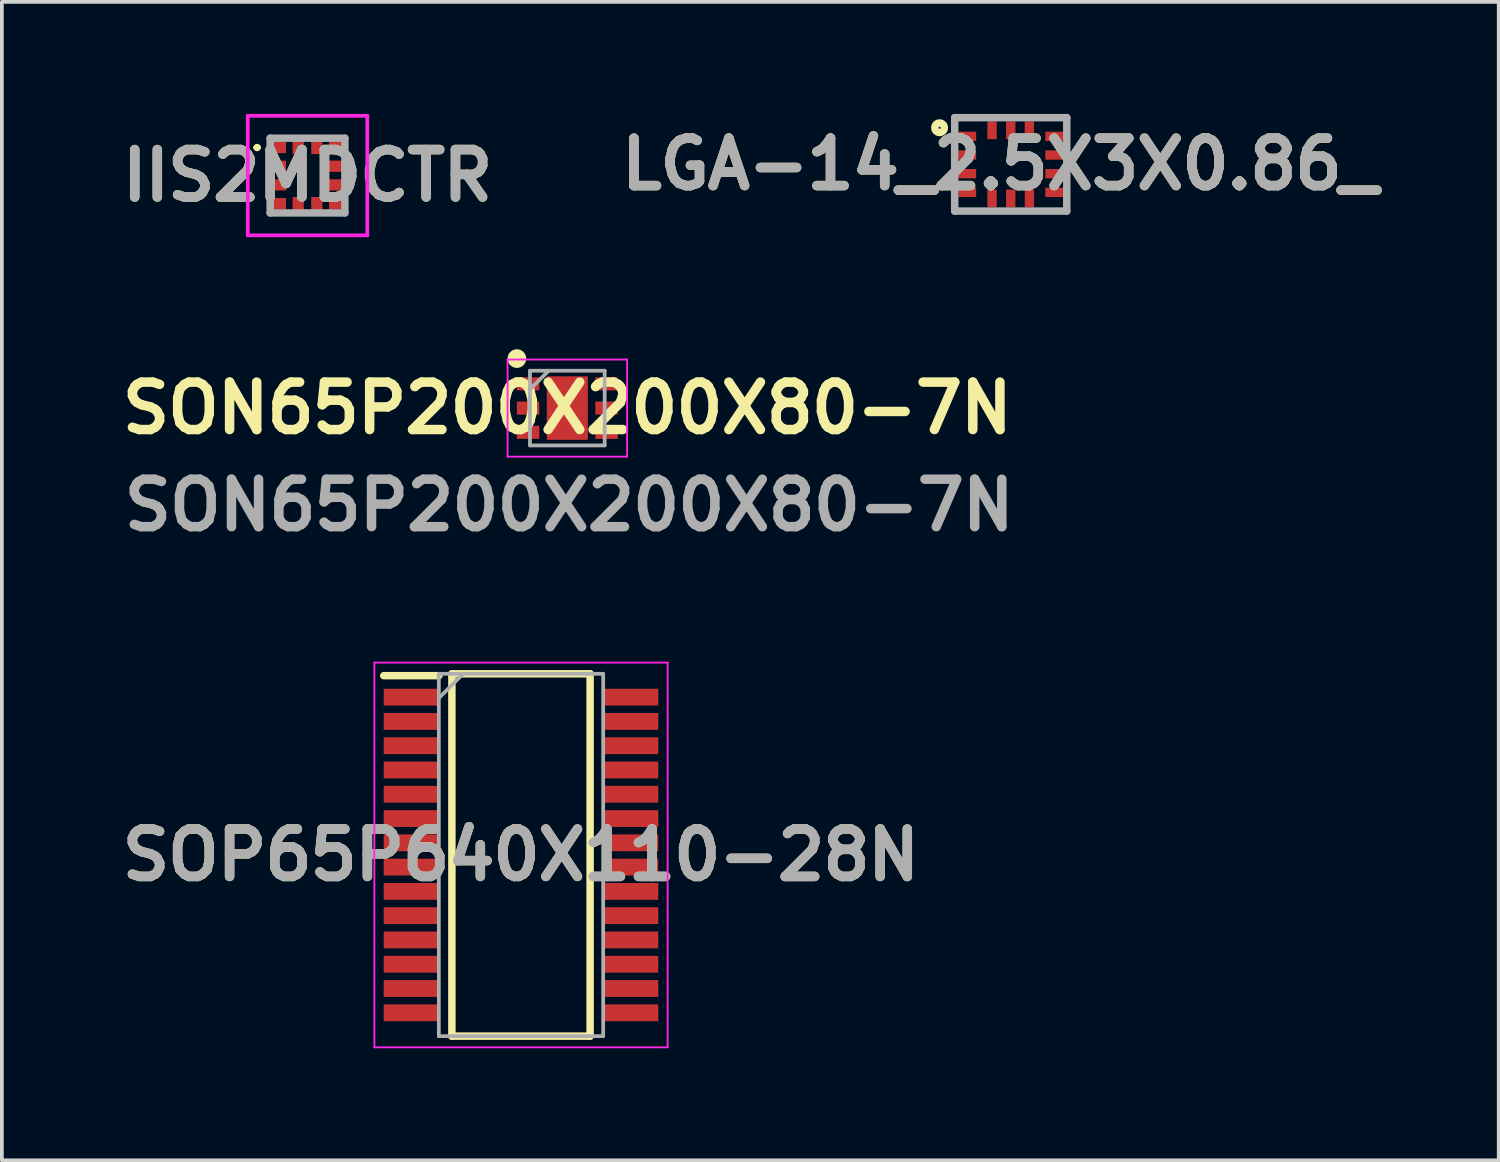
<source format=kicad_pcb>
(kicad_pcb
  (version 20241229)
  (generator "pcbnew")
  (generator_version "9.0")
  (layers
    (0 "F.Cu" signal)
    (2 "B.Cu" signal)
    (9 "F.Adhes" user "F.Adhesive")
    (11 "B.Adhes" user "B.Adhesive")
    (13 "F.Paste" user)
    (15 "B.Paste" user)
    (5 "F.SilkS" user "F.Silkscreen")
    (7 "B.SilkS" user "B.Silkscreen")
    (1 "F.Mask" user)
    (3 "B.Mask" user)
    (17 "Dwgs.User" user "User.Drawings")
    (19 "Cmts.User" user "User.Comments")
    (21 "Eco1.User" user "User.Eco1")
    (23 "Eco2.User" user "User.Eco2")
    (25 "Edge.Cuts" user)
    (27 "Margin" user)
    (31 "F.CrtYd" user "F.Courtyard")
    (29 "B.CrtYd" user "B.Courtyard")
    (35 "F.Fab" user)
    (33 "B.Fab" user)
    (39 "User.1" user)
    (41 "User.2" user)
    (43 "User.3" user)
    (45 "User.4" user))
  (footprint "SON65P200X200X80-7N"
    (layer "F.Cu")
    (at 12.138 7.875)
    (property "Reference" "SON65P200X200X80-7N" (at 0 0 0) (layer "F.SilkS") (effects (font (size 1.27 1.27) (thickness 0.254))))
    (attr smd)
    (fp_circle (center -1.35 -1.325) (end -1.35 -1.2) (stroke (width 0.25) (type solid)) (fill no) (layer "F.SilkS"))
    (fp_line (start -1.6 -1.3) (end 1.6 -1.3) (stroke (width 0.05) (type solid)) (layer "F.CrtYd"))
    (fp_line (start -1.6 1.3) (end -1.6 -1.3) (stroke (width 0.05) (type solid)) (layer "F.CrtYd"))
    (fp_line (start 1.6 -1.3) (end 1.6 1.3) (stroke (width 0.05) (type solid)) (layer "F.CrtYd"))
    (fp_line (start 1.6 1.3) (end -1.6 1.3) (stroke (width 0.05) (type solid)) (layer "F.CrtYd"))
    (fp_line (start -1 -1) (end 1 -1) (stroke (width 0.1) (type solid)) (layer "F.Fab"))
    (fp_line (start -1 -0.5) (end -0.5 -1) (stroke (width 0.1) (type solid)) (layer "F.Fab"))
    (fp_line (start -1 1) (end -1 -1) (stroke (width 0.1) (type solid)) (layer "F.Fab"))
    (fp_line (start 1 -1) (end 1 1) (stroke (width 0.1) (type solid)) (layer "F.Fab"))
    (fp_line (start 1 1) (end -1 1) (stroke (width 0.1) (type solid)) (layer "F.Fab"))
    (fp_text user "${REFERENCE}" (at 0.05 2.6 0) (layer "F.Fab") (effects (font (size 1.27 1.27) (thickness 0.254))))
    (pad "1" smd rect (at -1.05 -0.65 90) (size 0.35 0.6) (layers "F.Cu" "F.Mask" "F.Paste"))
    (pad "2" smd rect (at -1.05 0 90) (size 0.35 0.6) (layers "F.Cu" "F.Mask" "F.Paste"))
    (pad "3" smd rect (at -1.05 0.65 90) (size 0.35 0.6) (layers "F.Cu" "F.Mask" "F.Paste"))
    (pad "4" smd rect (at 1.05 0.65 90) (size 0.35 0.6) (layers "F.Cu" "F.Mask" "F.Paste"))
    (pad "5" smd rect (at 1.05 0 90) (size 0.35 0.6) (layers "F.Cu" "F.Mask" "F.Paste"))
    (pad "6" smd rect (at 1.05 -0.65 90) (size 0.35 0.6) (layers "F.Cu" "F.Mask" "F.Paste"))
    (pad "7" smd rect (at 0 0) (size 1.1 1.7) (layers "F.Cu" "F.Mask" "F.Paste")))
  (footprint "SOP65P640X110-28N"
    (layer "F.Cu")
    (at 10.898 19.839)
    (property "Reference" "SOP65P640X110-28N" (at 0 0 0) (layer "F.SilkS") (effects (font (size 1.27 1.27) (thickness 0.254))))
    (attr smd)
    (fp_line (start -3.675 -4.8) (end -2.2 -4.8) (stroke (width 0.2) (type solid)) (layer "F.SilkS"))
    (fp_line (start -1.85 -4.85) (end 1.85 -4.85) (stroke (width 0.2) (type solid)) (layer "F.SilkS"))
    (fp_line (start -1.85 4.85) (end -1.85 -4.85) (stroke (width 0.2) (type solid)) (layer "F.SilkS"))
    (fp_line (start 1.85 -4.85) (end 1.85 4.85) (stroke (width 0.2) (type solid)) (layer "F.SilkS"))
    (fp_line (start 1.85 4.85) (end -1.85 4.85) (stroke (width 0.2) (type solid)) (layer "F.SilkS"))
    (fp_line (start -3.925 -5.15) (end 3.925 -5.15) (stroke (width 0.05) (type solid)) (layer "F.CrtYd"))
    (fp_line (start -3.925 5.15) (end -3.925 -5.15) (stroke (width 0.05) (type solid)) (layer "F.CrtYd"))
    (fp_line (start 3.925 -5.15) (end 3.925 5.15) (stroke (width 0.05) (type solid)) (layer "F.CrtYd"))
    (fp_line (start 3.925 5.15) (end -3.925 5.15) (stroke (width 0.05) (type solid)) (layer "F.CrtYd"))
    (fp_line (start -2.2 -4.85) (end 2.2 -4.85) (stroke (width 0.1) (type solid)) (layer "F.Fab"))
    (fp_line (start -2.2 -4.2) (end -1.55 -4.85) (stroke (width 0.1) (type solid)) (layer "F.Fab"))
    (fp_line (start -2.2 4.85) (end -2.2 -4.85) (stroke (width 0.1) (type solid)) (layer "F.Fab"))
    (fp_line (start 2.2 -4.85) (end 2.2 4.85) (stroke (width 0.1) (type solid)) (layer "F.Fab"))
    (fp_line (start 2.2 4.85) (end -2.2 4.85) (stroke (width 0.1) (type solid)) (layer "F.Fab"))
    (fp_text user "${REFERENCE}" (at 0 0 0) (layer "F.Fab") (effects (font (size 1.27 1.27) (thickness 0.254))))
    (pad "1" smd rect (at -2.938 -4.225 90) (size 0.45 1.475) (layers "F.Cu" "F.Mask" "F.Paste"))
    (pad "2" smd rect (at -2.938 -3.575 90) (size 0.45 1.475) (layers "F.Cu" "F.Mask" "F.Paste"))
    (pad "3" smd rect (at -2.938 -2.925 90) (size 0.45 1.475) (layers "F.Cu" "F.Mask" "F.Paste"))
    (pad "4" smd rect (at -2.938 -2.275 90) (size 0.45 1.475) (layers "F.Cu" "F.Mask" "F.Paste"))
    (pad "5" smd rect (at -2.938 -1.625 90) (size 0.45 1.475) (layers "F.Cu" "F.Mask" "F.Paste"))
    (pad "6" smd rect (at -2.938 -0.975 90) (size 0.45 1.475) (layers "F.Cu" "F.Mask" "F.Paste"))
    (pad "7" smd rect (at -2.938 -0.325 90) (size 0.45 1.475) (layers "F.Cu" "F.Mask" "F.Paste"))
    (pad "8" smd rect (at -2.938 0.325 90) (size 0.45 1.475) (layers "F.Cu" "F.Mask" "F.Paste"))
    (pad "9" smd rect (at -2.938 0.975 90) (size 0.45 1.475) (layers "F.Cu" "F.Mask" "F.Paste"))
    (pad "10" smd rect (at -2.938 1.625 90) (size 0.45 1.475) (layers "F.Cu" "F.Mask" "F.Paste"))
    (pad "11" smd rect (at -2.938 2.275 90) (size 0.45 1.475) (layers "F.Cu" "F.Mask" "F.Paste"))
    (pad "12" smd rect (at -2.938 2.925 90) (size 0.45 1.475) (layers "F.Cu" "F.Mask" "F.Paste"))
    (pad "13" smd rect (at -2.938 3.575 90) (size 0.45 1.475) (layers "F.Cu" "F.Mask" "F.Paste"))
    (pad "14" smd rect (at -2.938 4.225 90) (size 0.45 1.475) (layers "F.Cu" "F.Mask" "F.Paste"))
    (pad "15" smd rect (at 2.938 4.225 90) (size 0.45 1.475) (layers "F.Cu" "F.Mask" "F.Paste"))
    (pad "16" smd rect (at 2.938 3.575 90) (size 0.45 1.475) (layers "F.Cu" "F.Mask" "F.Paste"))
    (pad "17" smd rect (at 2.938 2.925 90) (size 0.45 1.475) (layers "F.Cu" "F.Mask" "F.Paste"))
    (pad "18" smd rect (at 2.938 2.275 90) (size 0.45 1.475) (layers "F.Cu" "F.Mask" "F.Paste"))
    (pad "19" smd rect (at 2.938 1.625 90) (size 0.45 1.475) (layers "F.Cu" "F.Mask" "F.Paste"))
    (pad "20" smd rect (at 2.938 0.975 90) (size 0.45 1.475) (layers "F.Cu" "F.Mask" "F.Paste"))
    (pad "21" smd rect (at 2.938 0.325 90) (size 0.45 1.475) (layers "F.Cu" "F.Mask" "F.Paste"))
    (pad "22" smd rect (at 2.938 -0.325 90) (size 0.45 1.475) (layers "F.Cu" "F.Mask" "F.Paste"))
    (pad "23" smd rect (at 2.938 -0.975 90) (size 0.45 1.475) (layers "F.Cu" "F.Mask" "F.Paste"))
    (pad "24" smd rect (at 2.938 -1.625 90) (size 0.45 1.475) (layers "F.Cu" "F.Mask" "F.Paste"))
    (pad "25" smd rect (at 2.938 -2.275 90) (size 0.45 1.475) (layers "F.Cu" "F.Mask" "F.Paste"))
    (pad "26" smd rect (at 2.938 -2.925 90) (size 0.45 1.475) (layers "F.Cu" "F.Mask" "F.Paste"))
    (pad "27" smd rect (at 2.938 -3.575 90) (size 0.45 1.475) (layers "F.Cu" "F.Mask" "F.Paste"))
    (pad "28" smd rect (at 2.938 -4.225 90) (size 0.45 1.475) (layers "F.Cu" "F.Mask" "F.Paste")))
  (footprint "IIS2MDCTR"
    (layer "F.Cu")
    (at 5.183 1.65)
    (property "Reference" "IIS2MDCTR" (at 0 0 0) (layer "F.SilkS") (effects (font (size 1.27 1.27) (thickness 0.254))))
    (attr smd)
    (fp_line (start -1.4 -0.75) (end -1.4 -0.75) (stroke (width 0.1) (type solid)) (layer "F.SilkS"))
    (fp_line (start -1.3 -0.75) (end -1.3 -0.75) (stroke (width 0.1) (type solid)) (layer "F.SilkS"))
    (fp_arc (start -1.4 -0.75) (mid -1.35 -0.8) (end -1.3 -0.75) (stroke (width 0.1) (type solid)) (layer "F.SilkS"))
    (fp_arc (start -1.3 -0.75) (mid -1.35 -0.7) (end -1.4 -0.75) (stroke (width 0.1) (type solid)) (layer "F.SilkS"))
    (fp_line (start -1.6 -1.6) (end 1.6 -1.6) (stroke (width 0.1) (type solid)) (layer "F.CrtYd"))
    (fp_line (start -1.6 1.6) (end -1.6 -1.6) (stroke (width 0.1) (type solid)) (layer "F.CrtYd"))
    (fp_line (start 1.6 -1.6) (end 1.6 1.6) (stroke (width 0.1) (type solid)) (layer "F.CrtYd"))
    (fp_line (start 1.6 1.6) (end -1.6 1.6) (stroke (width 0.1) (type solid)) (layer "F.CrtYd"))
    (fp_line (start -1 -1) (end 1 -1) (stroke (width 0.2) (type solid)) (layer "F.Fab"))
    (fp_line (start -1 1) (end -1 -1) (stroke (width 0.2) (type solid)) (layer "F.Fab"))
    (fp_line (start 1 -1) (end 1 1) (stroke (width 0.2) (type solid)) (layer "F.Fab"))
    (fp_line (start 1 1) (end -1 1) (stroke (width 0.2) (type solid)) (layer "F.Fab"))
    (fp_text user "${REFERENCE}" (at 0 0 0) (layer "F.Fab") (effects (font (size 1.27 1.27) (thickness 0.254))))
    (pad "1" smd rect (at -0.75 -0.75 90) (size 0.3 0.35) (layers "F.Cu" "F.Mask" "F.Paste"))
    (pad "2" smd rect (at -0.75 -0.25 90) (size 0.3 0.35) (layers "F.Cu" "F.Mask" "F.Paste"))
    (pad "3" smd rect (at -0.75 0.25 90) (size 0.3 0.35) (layers "F.Cu" "F.Mask" "F.Paste"))
    (pad "4" smd rect (at -0.75 0.75 90) (size 0.3 0.35) (layers "F.Cu" "F.Mask" "F.Paste"))
    (pad "5" smd rect (at -0.25 0.75) (size 0.3 0.35) (layers "F.Cu" "F.Mask" "F.Paste"))
    (pad "6" smd rect (at 0.25 0.75) (size 0.3 0.35) (layers "F.Cu" "F.Mask" "F.Paste"))
    (pad "7" smd rect (at 0.75 0.75 90) (size 0.3 0.35) (layers "F.Cu" "F.Mask" "F.Paste"))
    (pad "8" smd rect (at 0.75 0.25 90) (size 0.3 0.35) (layers "F.Cu" "F.Mask" "F.Paste"))
    (pad "9" smd rect (at 0.75 -0.25 90) (size 0.3 0.35) (layers "F.Cu" "F.Mask" "F.Paste"))
    (pad "10" smd rect (at 0.75 -0.75 90) (size 0.3 0.35) (layers "F.Cu" "F.Mask" "F.Paste"))
    (pad "11" smd rect (at 0.25 -0.75) (size 0.3 0.35) (layers "F.Cu" "F.Mask" "F.Paste"))
    (pad "12" smd rect (at -0.25 -0.75) (size 0.3 0.35) (layers "F.Cu" "F.Mask" "F.Paste")))
  (footprint "LGA-14_2.5X3X0.86_"
    (layer "F.Cu")
    (at 24.009 1.35)
    (property "Reference" "LGA-14_2.5X3X0.86_" (at -0.29 -0.006 0) (layer "F.SilkS") (effects (font (size 1.27 1.27) (thickness 0.254))))
    (attr smd)
    (fp_circle (center -1.905 -0.98) (end -1.905 -0.953) (stroke (width 0.2) (type solid)) (fill no) (layer "F.SilkS"))
    (fp_line (start -1.5 -1.25) (end 1.5 -1.25) (stroke (width 0.2) (type solid)) (layer "F.Fab"))
    (fp_line (start -1.5 1.25) (end -1.5 -1.25) (stroke (width 0.2) (type solid)) (layer "F.Fab"))
    (fp_line (start 1.5 -1.25) (end 1.5 1.25) (stroke (width 0.2) (type solid)) (layer "F.Fab"))
    (fp_line (start 1.5 1.25) (end -1.5 1.25) (stroke (width 0.2) (type solid)) (layer "F.Fab"))
    (fp_text user "${REFERENCE}" (at -0.29 -0.006 0) (layer "F.Fab") (effects (font (size 1.27 1.27) (thickness 0.254))))
    (pad "1" smd rect (at -1.163 -0.75 90) (size 0.25 0.475) (layers "F.Cu" "F.Mask" "F.Paste"))
    (pad "2" smd rect (at -1.163 -0.25 90) (size 0.25 0.475) (layers "F.Cu" "F.Mask" "F.Paste"))
    (pad "3" smd rect (at -1.163 0.25 90) (size 0.25 0.475) (layers "F.Cu" "F.Mask" "F.Paste"))
    (pad "4" smd rect (at -1.163 0.75 90) (size 0.25 0.475) (layers "F.Cu" "F.Mask" "F.Paste"))
    (pad "5" smd rect (at -0.5 0.912) (size 0.25 0.475) (layers "F.Cu" "F.Mask" "F.Paste"))
    (pad "6" smd rect (at 0 0.912) (size 0.25 0.475) (layers "F.Cu" "F.Mask" "F.Paste"))
    (pad "7" smd rect (at 0.5 0.912) (size 0.25 0.475) (layers "F.Cu" "F.Mask" "F.Paste"))
    (pad "8" smd rect (at 1.163 0.75 90) (size 0.25 0.475) (layers "F.Cu" "F.Mask" "F.Paste"))
    (pad "9" smd rect (at 1.163 0.25 90) (size 0.25 0.475) (layers "F.Cu" "F.Mask" "F.Paste"))
    (pad "10" smd rect (at 1.163 -0.25 90) (size 0.25 0.475) (layers "F.Cu" "F.Mask" "F.Paste"))
    (pad "11" smd rect (at 1.163 -0.75 90) (size 0.25 0.475) (layers "F.Cu" "F.Mask" "F.Paste"))
    (pad "12" smd rect (at 0.5 -0.912) (size 0.25 0.475) (layers "F.Cu" "F.Mask" "F.Paste"))
    (pad "13" smd rect (at 0 -0.912) (size 0.25 0.475) (layers "F.Cu" "F.Mask" "F.Paste"))
    (pad "14" smd rect (at -0.5 -0.912) (size 0.25 0.475) (layers "F.Cu" "F.Mask" "F.Paste")))
  (gr_rect
    (start -3 -3)
    (end 37.073 28.014)
    (stroke (width 0.1) (type default))
    (fill no)
    (layer "Edge.Cuts")))
</source>
